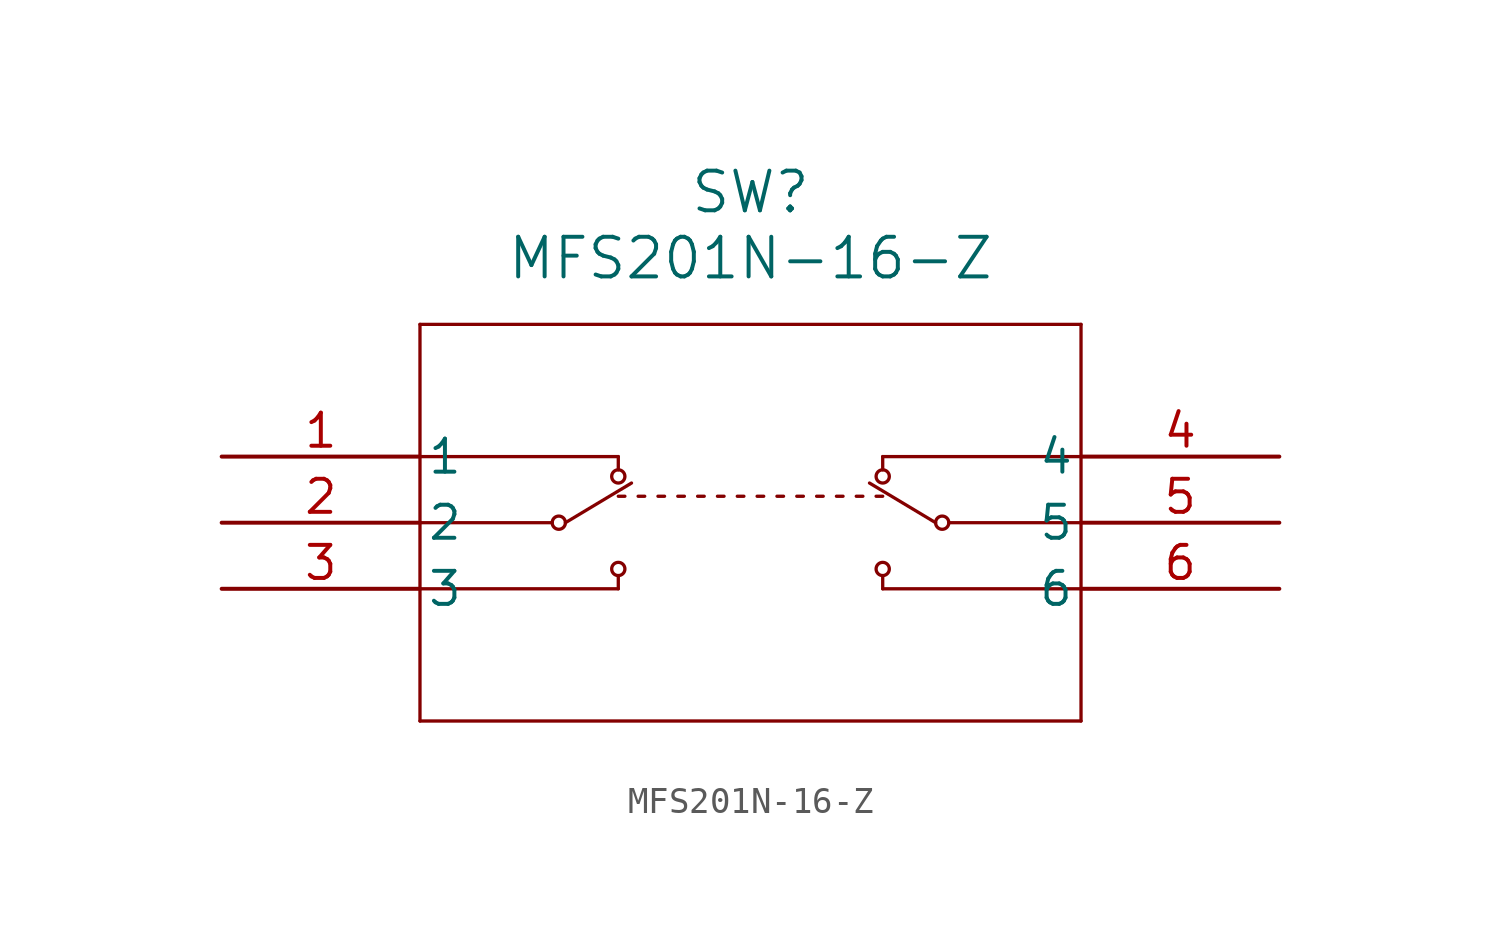
<source format=kicad_sym>
(kicad_symbol_lib
  (version 20211014)
  (generator kicad_symbol_editor)
  (symbol "MFS201N-16-Z"
    (pin_names
      (offset 0.254))
    (property "Reference" "SW"
      (at 20.32 10.16 0)
      (effects (font (size 1.524 1.524))))
    (property "Value" "MFS201N-16-Z"
      (at 20.32 7.62 0)
      (effects (font (size 1.524 1.524))))
    (polyline
      (pts (xy 7.62 5.08) (xy 7.62 -10.16))
      (stroke (width 0.127) (type default) (color 0 0 0 0))
      (fill (type none)))
    (polyline
      (pts (xy 7.62 -10.16) (xy 33.02 -10.16))
      (stroke (width 0.127) (type default) (color 0 0 0 0))
      (fill (type none)))
    (polyline
      (pts (xy 33.02 -10.16) (xy 33.02 5.08))
      (stroke (width 0.127) (type default) (color 0 0 0 0))
      (fill (type none)))
    (polyline
      (pts (xy 33.02 5.08) (xy 7.62 5.08))
      (stroke (width 0.127) (type default) (color 0 0 0 0))
      (fill (type none)))
    (polyline
      (pts (xy 7.62 -2.54) (xy 12.7 -2.54))
      (stroke (width 0.127) (type default) (color 0 0 0 0))
      (fill (type none)))
    (polyline
      (pts (xy 7.62 -5.08) (xy 15.24 -5.08))
      (stroke (width 0.127) (type default) (color 0 0 0 0))
      (fill (type none)))
    (polyline
      (pts (xy 7.62 0) (xy 15.24 0))
      (stroke (width 0.127) (type default) (color 0 0 0 0))
      (fill (type none)))
    (polyline
      (pts (xy 15.24 0) (xy 15.24 -0.508))
      (stroke (width 0.127) (type default) (color 0 0 0 0))
      (fill (type none)))
    (polyline
      (pts (xy 15.24 -4.572) (xy 15.24 -5.08))
      (stroke (width 0.127) (type default) (color 0 0 0 0))
      (fill (type none)))
    (circle
      (center 12.954 -2.54)
      (radius 0.254)
      (stroke (width 0.127) (type default) (color 0 0 0 0))
      (fill (type none)))
    (circle
      (center 15.24 -0.762)
      (radius 0.254)
      (stroke (width 0.127) (type default) (color 0 0 0 0))
      (fill (type none)))
    (circle
      (center 15.24 -4.318)
      (radius 0.254)
      (stroke (width 0.127) (type default) (color 0 0 0 0))
      (fill (type none)))
    (polyline
      (pts (xy 13.208 -2.54) (xy 15.748 -1.016))
      (stroke (width 0.127) (type default) (color 0 0 0 0))
      (fill (type none)))
    (polyline
      (pts (xy 33.02 -2.54) (xy 27.94 -2.54))
      (stroke (width 0.127) (type default) (color 0 0 0 0))
      (fill (type none)))
    (polyline
      (pts (xy 33.02 -5.08) (xy 25.4 -5.08))
      (stroke (width 0.127) (type default) (color 0 0 0 0))
      (fill (type none)))
    (polyline
      (pts (xy 33.02 0) (xy 25.4 0))
      (stroke (width 0.127) (type default) (color 0 0 0 0))
      (fill (type none)))
    (polyline
      (pts (xy 25.4 0) (xy 25.4 -0.508))
      (stroke (width 0.127) (type default) (color 0 0 0 0))
      (fill (type none)))
    (polyline
      (pts (xy 25.4 -4.572) (xy 25.4 -5.08))
      (stroke (width 0.127) (type default) (color 0 0 0 0))
      (fill (type none)))
    (circle
      (center 27.686 -2.54)
      (radius 0.254)
      (stroke (width 0.127) (type default) (color 0 0 0 0))
      (fill (type none)))
    (circle
      (center 25.4 -0.762)
      (radius 0.254)
      (stroke (width 0.127) (type default) (color 0 0 0 0))
      (fill (type none)))
    (circle
      (center 25.4 -4.318)
      (radius 0.254)
      (stroke (width 0.127) (type default) (color 0 0 0 0))
      (fill (type none)))
    (polyline
      (pts (xy 27.432 -2.54) (xy 24.892 -1.016))
      (stroke (width 0.127) (type default) (color 0 0 0 0))
      (fill (type none)))
    (polyline
      (pts (xy 15.24 -1.524) (xy 15.494 -1.524))
      (stroke (width 0.127) (type default) (color 0 0 0 0))
      (fill (type none)))
    (polyline
      (pts (xy 16.002 -1.524) (xy 16.256 -1.524))
      (stroke (width 0.127) (type default) (color 0 0 0 0))
      (fill (type none)))
    (polyline
      (pts (xy 16.764 -1.524) (xy 17.018 -1.524))
      (stroke (width 0.127) (type default) (color 0 0 0 0))
      (fill (type none)))
    (polyline
      (pts (xy 17.526 -1.524) (xy 17.78 -1.524))
      (stroke (width 0.127) (type default) (color 0 0 0 0))
      (fill (type none)))
    (polyline
      (pts (xy 18.288 -1.524) (xy 18.542 -1.524))
      (stroke (width 0.127) (type default) (color 0 0 0 0))
      (fill (type none)))
    (polyline
      (pts (xy 19.05 -1.524) (xy 19.304 -1.524))
      (stroke (width 0.127) (type default) (color 0 0 0 0))
      (fill (type none)))
    (polyline
      (pts (xy 19.812 -1.524) (xy 20.066 -1.524))
      (stroke (width 0.127) (type default) (color 0 0 0 0))
      (fill (type none)))
    (polyline
      (pts (xy 20.574 -1.524) (xy 20.828 -1.524))
      (stroke (width 0.127) (type default) (color 0 0 0 0))
      (fill (type none)))
    (polyline
      (pts (xy 21.336 -1.524) (xy 21.59 -1.524))
      (stroke (width 0.127) (type default) (color 0 0 0 0))
      (fill (type none)))
    (polyline
      (pts (xy 22.098 -1.524) (xy 22.352 -1.524))
      (stroke (width 0.127) (type default) (color 0 0 0 0))
      (fill (type none)))
    (polyline
      (pts (xy 22.86 -1.524) (xy 23.114 -1.524))
      (stroke (width 0.127) (type default) (color 0 0 0 0))
      (fill (type none)))
    (polyline
      (pts (xy 23.622 -1.524) (xy 23.876 -1.524))
      (stroke (width 0.127) (type default) (color 0 0 0 0))
      (fill (type none)))
    (polyline
      (pts (xy 24.384 -1.524) (xy 24.638 -1.524))
      (stroke (width 0.127) (type default) (color 0 0 0 0))
      (fill (type none)))
    (polyline
      (pts (xy 25.146 -1.524) (xy 25.4 -1.524))
      (stroke (width 0.127) (type default) (color 0 0 0 0))
      (fill (type none)))
    (pin unspecified line
      (at 0 0 0)
      (length 7.62)
      (name "1" (effects (font (size 1.27 1.27))))
      (number "1" (effects (font (size 1.27 1.27)))))
    (pin unspecified line
      (at 0 -2.54 0)
      (length 7.62)
      (name "2" (effects (font (size 1.27 1.27))))
      (number "2" (effects (font (size 1.27 1.27)))))
    (pin unspecified line
      (at 0 -5.08 0)
      (length 7.62)
      (name "3" (effects (font (size 1.27 1.27))))
      (number "3" (effects (font (size 1.27 1.27)))))
    (pin unspecified line
      (at 40.64 0 180)
      (length 7.62)
      (name "4" (effects (font (size 1.27 1.27))))
      (number "4" (effects (font (size 1.27 1.27)))))
    (pin unspecified line
      (at 40.64 -2.54 180)
      (length 7.62)
      (name "5" (effects (font (size 1.27 1.27))))
      (number "5" (effects (font (size 1.27 1.27)))))
    (pin unspecified line
      (at 40.64 -5.08 180)
      (length 7.62)
      (name "6" (effects (font (size 1.27 1.27))))
      (number "6" (effects (font (size 1.27 1.27)))))))
</source>
